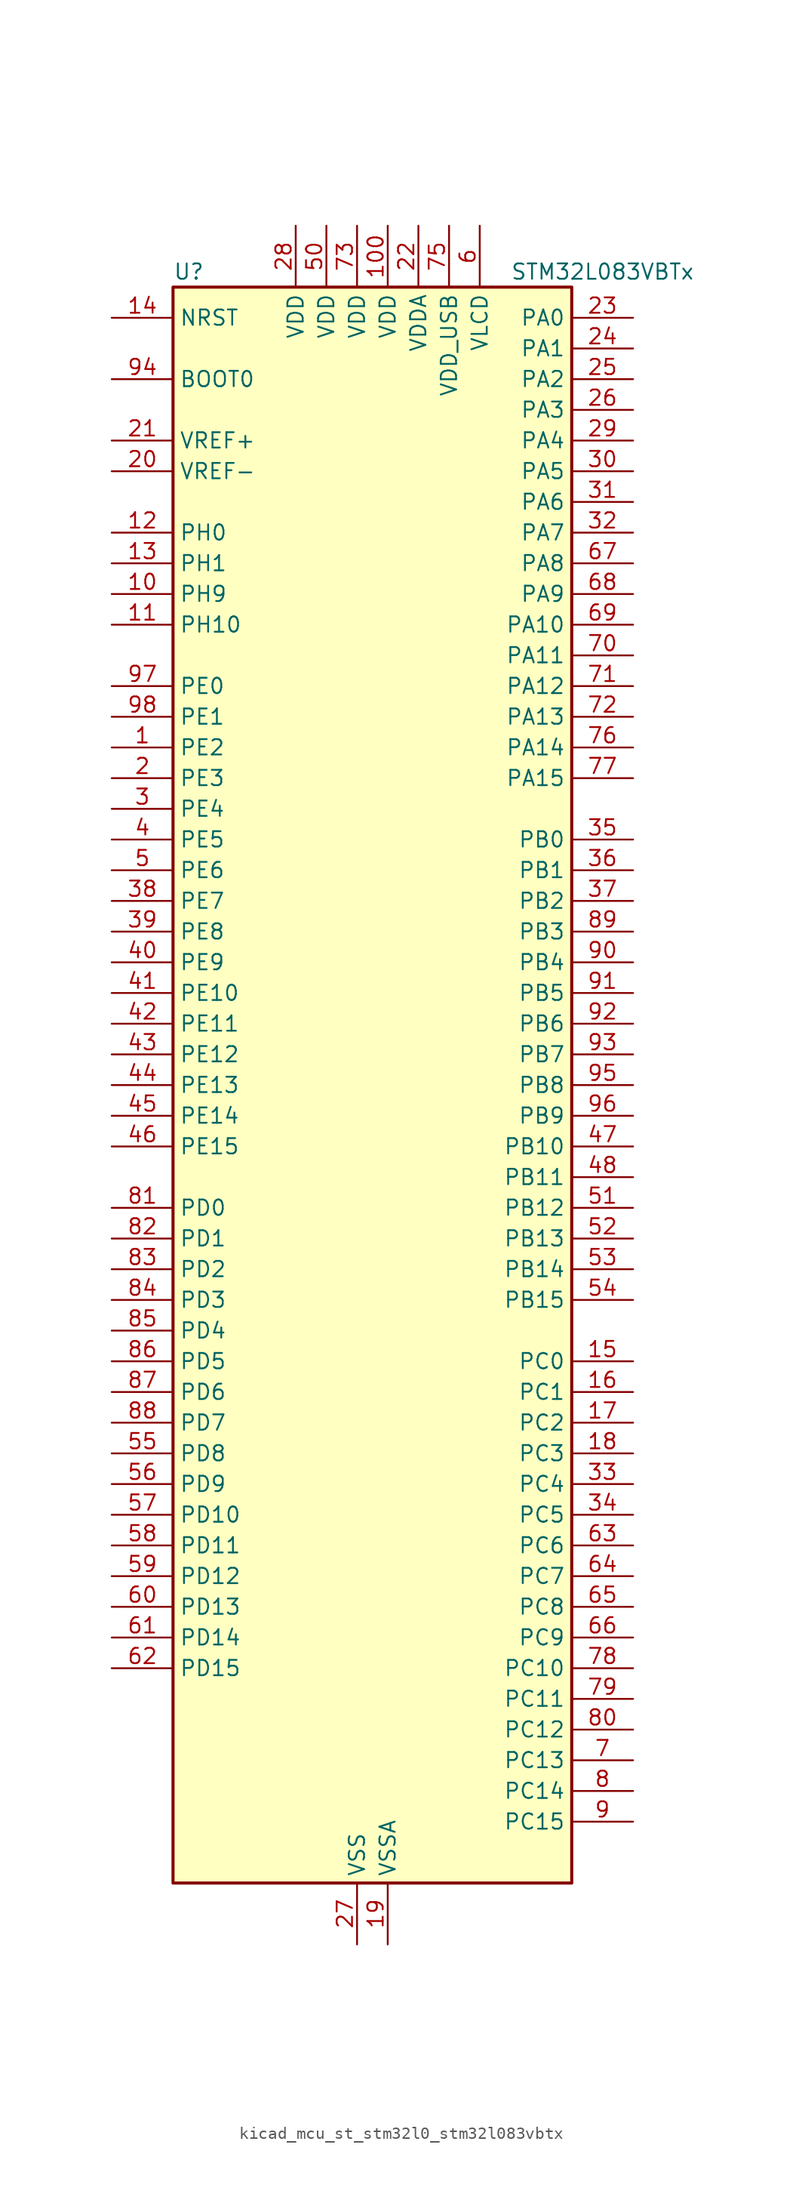
<source format=kicad_sym>
(kicad_symbol_lib
  (version 20220914)
  (generator kicad_symbol_editor)
  (symbol "kicad_mcu_st_stm32l0_stm32l083vbtx"
    (property "Reference" "U"
      (at -15.24 67.31 0)
      (effects (font (size 1.27 1.27)) (justify left)))
    (property "Value" "STM32L083VBTx"
      (at 12.7 67.31 0)
      (effects (font (size 1.27 1.27)) (justify left)))
    (property "ki_locked" ""
      (at 0 0 0)
      (effects (font (size 1.27 1.27))))
    (symbol "kicad_mcu_st_stm32l0_stm32l083vbtx_0_1"
      (rectangle (start -15.24 -66.04) (end 17.78 66.04) (stroke (width 0.254) (type default)) (fill (type background))))
    (symbol "kicad_mcu_st_stm32l0_stm32l083vbtx_1_1"
      (pin bidirectional line (at -20.32 27.94 0) (length 5.08) (name "PE2" (effects (font (size 1.27 1.27)))) (number "1" (effects (font (size 1.27 1.27)))) (alternate "LCD_SEG38" bidirectional line) (alternate "TIM3_ETR" bidirectional line))
      (pin bidirectional line (at -20.32 40.64 0) (length 5.08) (name "PH9" (effects (font (size 1.27 1.27)))) (number "10" (effects (font (size 1.27 1.27)))) (alternate "DAC_EXTI9" bidirectional line))
      (pin power_in line (at 2.54 71.12 270) (length 5.08) (name "VDD" (effects (font (size 1.27 1.27)))) (number "100" (effects (font (size 1.27 1.27)))))
      (pin bidirectional line (at -20.32 38.1 0) (length 5.08) (name "PH10" (effects (font (size 1.27 1.27)))) (number "11" (effects (font (size 1.27 1.27)))))
      (pin bidirectional line (at -20.32 45.72 0) (length 5.08) (name "PH0" (effects (font (size 1.27 1.27)))) (number "12" (effects (font (size 1.27 1.27)))) (alternate "CRS_SYNC" bidirectional line) (alternate "RCC_OSC_IN" bidirectional line))
      (pin bidirectional line (at -20.32 43.18 0) (length 5.08) (name "PH1" (effects (font (size 1.27 1.27)))) (number "13" (effects (font (size 1.27 1.27)))) (alternate "RCC_OSC_OUT" bidirectional line))
      (pin input line (at -20.32 63.5 0) (length 5.08) (name "NRST" (effects (font (size 1.27 1.27)))) (number "14" (effects (font (size 1.27 1.27)))))
      (pin bidirectional line (at 22.86 -22.86 180) (length 5.08) (name "PC0" (effects (font (size 1.27 1.27)))) (number "15" (effects (font (size 1.27 1.27)))) (alternate "ADC_IN10" bidirectional line) (alternate "I2C3_SCL" bidirectional line) (alternate "LCD_SEG18" bidirectional line) (alternate "LPTIM1_IN1" bidirectional line) (alternate "LPUART1_RX" bidirectional line) (alternate "TSC_G7_IO1" bidirectional line))
      (pin bidirectional line (at 22.86 -25.4 180) (length 5.08) (name "PC1" (effects (font (size 1.27 1.27)))) (number "16" (effects (font (size 1.27 1.27)))) (alternate "ADC_IN11" bidirectional line) (alternate "I2C3_SDA" bidirectional line) (alternate "LCD_SEG19" bidirectional line) (alternate "LPTIM1_OUT" bidirectional line) (alternate "LPUART1_TX" bidirectional line) (alternate "TSC_G7_IO2" bidirectional line))
      (pin bidirectional line (at 22.86 -27.94 180) (length 5.08) (name "PC2" (effects (font (size 1.27 1.27)))) (number "17" (effects (font (size 1.27 1.27)))) (alternate "ADC_IN12" bidirectional line) (alternate "I2S2_MCK" bidirectional line) (alternate "LCD_SEG20" bidirectional line) (alternate "LPTIM1_IN2" bidirectional line) (alternate "SPI2_MISO" bidirectional line) (alternate "TSC_G7_IO3" bidirectional line))
      (pin bidirectional line (at 22.86 -30.48 180) (length 5.08) (name "PC3" (effects (font (size 1.27 1.27)))) (number "18" (effects (font (size 1.27 1.27)))) (alternate "ADC_IN13" bidirectional line) (alternate "I2S2_SD" bidirectional line) (alternate "LCD_SEG21" bidirectional line) (alternate "LPTIM1_ETR" bidirectional line) (alternate "SPI2_MOSI" bidirectional line) (alternate "TSC_G7_IO4" bidirectional line))
      (pin power_in line (at 2.54 -71.12 90) (length 5.08) (name "VSSA" (effects (font (size 1.27 1.27)))) (number "19" (effects (font (size 1.27 1.27)))))
      (pin bidirectional line (at -20.32 25.4 0) (length 5.08) (name "PE3" (effects (font (size 1.27 1.27)))) (number "2" (effects (font (size 1.27 1.27)))) (alternate "LCD_SEG39" bidirectional line) (alternate "TIM22_CH1" bidirectional line) (alternate "TIM3_CH1" bidirectional line))
      (pin input line (at -20.32 50.8 0) (length 5.08) (name "VREF-" (effects (font (size 1.27 1.27)))) (number "20" (effects (font (size 1.27 1.27)))))
      (pin input line (at -20.32 53.34 0) (length 5.08) (name "VREF+" (effects (font (size 1.27 1.27)))) (number "21" (effects (font (size 1.27 1.27)))))
      (pin power_in line (at 5.08 71.12 270) (length 5.08) (name "VDDA" (effects (font (size 1.27 1.27)))) (number "22" (effects (font (size 1.27 1.27)))))
      (pin bidirectional line (at 22.86 63.5 180) (length 5.08) (name "PA0" (effects (font (size 1.27 1.27)))) (number "23" (effects (font (size 1.27 1.27)))) (alternate "ADC_IN0" bidirectional line) (alternate "COMP1_INM" bidirectional line) (alternate "COMP1_OUT" bidirectional line) (alternate "RTC_TAMP2" bidirectional line) (alternate "SYS_WKUP1" bidirectional line) (alternate "TIM2_CH1" bidirectional line) (alternate "TIM2_ETR" bidirectional line) (alternate "TSC_G1_IO1" bidirectional line) (alternate "USART2_CTS" bidirectional line) (alternate "USART4_TX" bidirectional line))
      (pin bidirectional line (at 22.86 60.96 180) (length 5.08) (name "PA1" (effects (font (size 1.27 1.27)))) (number "24" (effects (font (size 1.27 1.27)))) (alternate "ADC_IN1" bidirectional line) (alternate "COMP1_INP" bidirectional line) (alternate "LCD_SEG0" bidirectional line) (alternate "TIM21_ETR" bidirectional line) (alternate "TIM2_CH2" bidirectional line) (alternate "TSC_G1_IO2" bidirectional line) (alternate "USART2_DE" bidirectional line) (alternate "USART2_RTS" bidirectional line) (alternate "USART4_RX" bidirectional line))
      (pin bidirectional line (at 22.86 58.42 180) (length 5.08) (name "PA2" (effects (font (size 1.27 1.27)))) (number "25" (effects (font (size 1.27 1.27)))) (alternate "ADC_IN2" bidirectional line) (alternate "COMP2_INM" bidirectional line) (alternate "COMP2_OUT" bidirectional line) (alternate "LCD_SEG1" bidirectional line) (alternate "LPUART1_TX" bidirectional line) (alternate "TIM21_CH1" bidirectional line) (alternate "TIM2_CH3" bidirectional line) (alternate "TSC_G1_IO3" bidirectional line) (alternate "USART2_TX" bidirectional line))
      (pin bidirectional line (at 22.86 55.88 180) (length 5.08) (name "PA3" (effects (font (size 1.27 1.27)))) (number "26" (effects (font (size 1.27 1.27)))) (alternate "ADC_IN3" bidirectional line) (alternate "COMP2_INP" bidirectional line) (alternate "LCD_SEG2" bidirectional line) (alternate "LPUART1_RX" bidirectional line) (alternate "TIM21_CH2" bidirectional line) (alternate "TIM2_CH4" bidirectional line) (alternate "TSC_G1_IO4" bidirectional line) (alternate "USART2_RX" bidirectional line))
      (pin power_in line (at 0 -71.12 90) (length 5.08) (name "VSS" (effects (font (size 1.27 1.27)))) (number "27" (effects (font (size 1.27 1.27)))))
      (pin power_in line (at -5.08 71.12 270) (length 5.08) (name "VDD" (effects (font (size 1.27 1.27)))) (number "28" (effects (font (size 1.27 1.27)))))
      (pin bidirectional line (at 22.86 53.34 180) (length 5.08) (name "PA4" (effects (font (size 1.27 1.27)))) (number "29" (effects (font (size 1.27 1.27)))) (alternate "ADC_IN4" bidirectional line) (alternate "COMP1_INM" bidirectional line) (alternate "COMP2_INM" bidirectional line) (alternate "DAC_OUT1" bidirectional line) (alternate "SPI1_NSS" bidirectional line) (alternate "TIM22_ETR" bidirectional line) (alternate "TSC_G2_IO1" bidirectional line) (alternate "USART2_CK" bidirectional line))
      (pin bidirectional line (at -20.32 22.86 0) (length 5.08) (name "PE4" (effects (font (size 1.27 1.27)))) (number "3" (effects (font (size 1.27 1.27)))) (alternate "TIM22_CH2" bidirectional line) (alternate "TIM3_CH2" bidirectional line))
      (pin bidirectional line (at 22.86 50.8 180) (length 5.08) (name "PA5" (effects (font (size 1.27 1.27)))) (number "30" (effects (font (size 1.27 1.27)))) (alternate "ADC_IN5" bidirectional line) (alternate "COMP1_INM" bidirectional line) (alternate "COMP2_INM" bidirectional line) (alternate "DAC_OUT2" bidirectional line) (alternate "SPI1_SCK" bidirectional line) (alternate "TIM2_CH1" bidirectional line) (alternate "TIM2_ETR" bidirectional line) (alternate "TSC_G2_IO2" bidirectional line))
      (pin bidirectional line (at 22.86 48.26 180) (length 5.08) (name "PA6" (effects (font (size 1.27 1.27)))) (number "31" (effects (font (size 1.27 1.27)))) (alternate "ADC_IN6" bidirectional line) (alternate "COMP1_OUT" bidirectional line) (alternate "LCD_SEG3" bidirectional line) (alternate "LPUART1_CTS" bidirectional line) (alternate "SPI1_MISO" bidirectional line) (alternate "TIM22_CH1" bidirectional line) (alternate "TIM3_CH1" bidirectional line) (alternate "TSC_G2_IO3" bidirectional line))
      (pin bidirectional line (at 22.86 45.72 180) (length 5.08) (name "PA7" (effects (font (size 1.27 1.27)))) (number "32" (effects (font (size 1.27 1.27)))) (alternate "ADC_IN7" bidirectional line) (alternate "COMP2_OUT" bidirectional line) (alternate "LCD_SEG4" bidirectional line) (alternate "SPI1_MOSI" bidirectional line) (alternate "TIM22_CH2" bidirectional line) (alternate "TIM3_CH2" bidirectional line) (alternate "TSC_G2_IO4" bidirectional line))
      (pin bidirectional line (at 22.86 -33.02 180) (length 5.08) (name "PC4" (effects (font (size 1.27 1.27)))) (number "33" (effects (font (size 1.27 1.27)))) (alternate "ADC_IN14" bidirectional line) (alternate "LCD_SEG22" bidirectional line) (alternate "LPUART1_TX" bidirectional line))
      (pin bidirectional line (at 22.86 -35.56 180) (length 5.08) (name "PC5" (effects (font (size 1.27 1.27)))) (number "34" (effects (font (size 1.27 1.27)))) (alternate "ADC_IN15" bidirectional line) (alternate "LCD_SEG23" bidirectional line) (alternate "LPUART1_RX" bidirectional line) (alternate "TSC_G3_IO1" bidirectional line))
      (pin bidirectional line (at 22.86 20.32 180) (length 5.08) (name "PB0" (effects (font (size 1.27 1.27)))) (number "35" (effects (font (size 1.27 1.27)))) (alternate "ADC_IN8" bidirectional line) (alternate "LCD_SEG5" bidirectional line) (alternate "LCD_VLCD3" bidirectional line) (alternate "SYS_VREF_OUT_PB0" bidirectional line) (alternate "TIM3_CH3" bidirectional line) (alternate "TSC_G3_IO2" bidirectional line))
      (pin bidirectional line (at 22.86 17.78 180) (length 5.08) (name "PB1" (effects (font (size 1.27 1.27)))) (number "36" (effects (font (size 1.27 1.27)))) (alternate "ADC_IN9" bidirectional line) (alternate "LCD_SEG6" bidirectional line) (alternate "LPUART1_DE" bidirectional line) (alternate "LPUART1_RTS" bidirectional line) (alternate "SYS_VREF_OUT_PB1" bidirectional line) (alternate "TIM3_CH4" bidirectional line) (alternate "TSC_G3_IO3" bidirectional line))
      (pin bidirectional line (at 22.86 15.24 180) (length 5.08) (name "PB2" (effects (font (size 1.27 1.27)))) (number "37" (effects (font (size 1.27 1.27)))) (alternate "I2C3_SMBA" bidirectional line) (alternate "LCD_VLCD2" bidirectional line) (alternate "LPTIM1_OUT" bidirectional line) (alternate "TSC_G3_IO4" bidirectional line))
      (pin bidirectional line (at -20.32 15.24 0) (length 5.08) (name "PE7" (effects (font (size 1.27 1.27)))) (number "38" (effects (font (size 1.27 1.27)))) (alternate "LCD_SEG45" bidirectional line) (alternate "USART5_CK" bidirectional line) (alternate "USART5_DE" bidirectional line) (alternate "USART5_RTS" bidirectional line))
      (pin bidirectional line (at -20.32 12.7 0) (length 5.08) (name "PE8" (effects (font (size 1.27 1.27)))) (number "39" (effects (font (size 1.27 1.27)))) (alternate "LCD_SEG46" bidirectional line) (alternate "USART4_TX" bidirectional line))
      (pin bidirectional line (at -20.32 20.32 0) (length 5.08) (name "PE5" (effects (font (size 1.27 1.27)))) (number "4" (effects (font (size 1.27 1.27)))) (alternate "TIM21_CH1" bidirectional line) (alternate "TIM3_CH3" bidirectional line))
      (pin bidirectional line (at -20.32 10.16 0) (length 5.08) (name "PE9" (effects (font (size 1.27 1.27)))) (number "40" (effects (font (size 1.27 1.27)))) (alternate "DAC_EXTI9" bidirectional line) (alternate "LCD_SEG47" bidirectional line) (alternate "TIM2_CH1" bidirectional line) (alternate "TIM2_ETR" bidirectional line) (alternate "USART4_RX" bidirectional line))
      (pin bidirectional line (at -20.32 7.62 0) (length 5.08) (name "PE10" (effects (font (size 1.27 1.27)))) (number "41" (effects (font (size 1.27 1.27)))) (alternate "LCD_SEG40" bidirectional line) (alternate "TIM2_CH2" bidirectional line) (alternate "USART5_TX" bidirectional line))
      (pin bidirectional line (at -20.32 5.08 0) (length 5.08) (name "PE11" (effects (font (size 1.27 1.27)))) (number "42" (effects (font (size 1.27 1.27)))) (alternate "ADC_EXTI11" bidirectional line) (alternate "LCD_VLCD1" bidirectional line) (alternate "TIM2_CH3" bidirectional line) (alternate "USART5_RX" bidirectional line))
      (pin bidirectional line (at -20.32 2.54 0) (length 5.08) (name "PE12" (effects (font (size 1.27 1.27)))) (number "43" (effects (font (size 1.27 1.27)))) (alternate "LCD_VLCD3" bidirectional line) (alternate "SPI1_NSS" bidirectional line) (alternate "TIM2_CH4" bidirectional line))
      (pin bidirectional line (at -20.32 0 0) (length 5.08) (name "PE13" (effects (font (size 1.27 1.27)))) (number "44" (effects (font (size 1.27 1.27)))) (alternate "LCD_SEG41" bidirectional line) (alternate "SPI1_SCK" bidirectional line))
      (pin bidirectional line (at -20.32 -2.54 0) (length 5.08) (name "PE14" (effects (font (size 1.27 1.27)))) (number "45" (effects (font (size 1.27 1.27)))) (alternate "LCD_SEG42" bidirectional line) (alternate "SPI1_MISO" bidirectional line))
      (pin bidirectional line (at -20.32 -5.08 0) (length 5.08) (name "PE15" (effects (font (size 1.27 1.27)))) (number "46" (effects (font (size 1.27 1.27)))) (alternate "LCD_SEG43" bidirectional line) (alternate "SPI1_MOSI" bidirectional line))
      (pin bidirectional line (at 22.86 -5.08 180) (length 5.08) (name "PB10" (effects (font (size 1.27 1.27)))) (number "47" (effects (font (size 1.27 1.27)))) (alternate "I2C2_SCL" bidirectional line) (alternate "LCD_SEG10" bidirectional line) (alternate "LPUART1_RX" bidirectional line) (alternate "LPUART1_TX" bidirectional line) (alternate "SPI2_SCK" bidirectional line) (alternate "TIM2_CH3" bidirectional line) (alternate "TSC_SYNC" bidirectional line))
      (pin bidirectional line (at 22.86 -7.62 180) (length 5.08) (name "PB11" (effects (font (size 1.27 1.27)))) (number "48" (effects (font (size 1.27 1.27)))) (alternate "ADC_EXTI11" bidirectional line) (alternate "I2C2_SDA" bidirectional line) (alternate "LCD_SEG11" bidirectional line) (alternate "LPUART1_RX" bidirectional line) (alternate "LPUART1_TX" bidirectional line) (alternate "TIM2_CH4" bidirectional line) (alternate "TSC_G6_IO1" bidirectional line))
      (pin passive line (at 0 -71.12 90) (length 5.08) hide (name "VSS" (effects (font (size 1.27 1.27)))) (number "49" (effects (font (size 1.27 1.27)))))
      (pin bidirectional line (at -20.32 17.78 0) (length 5.08) (name "PE6" (effects (font (size 1.27 1.27)))) (number "5" (effects (font (size 1.27 1.27)))) (alternate "RTC_TAMP3" bidirectional line) (alternate "SYS_WKUP3" bidirectional line) (alternate "TIM21_CH2" bidirectional line) (alternate "TIM3_CH4" bidirectional line))
      (pin power_in line (at -2.54 71.12 270) (length 5.08) (name "VDD" (effects (font (size 1.27 1.27)))) (number "50" (effects (font (size 1.27 1.27)))))
      (pin bidirectional line (at 22.86 -10.16 180) (length 5.08) (name "PB12" (effects (font (size 1.27 1.27)))) (number "51" (effects (font (size 1.27 1.27)))) (alternate "I2S2_WS" bidirectional line) (alternate "LCD_SEG12" bidirectional line) (alternate "LCD_VLCD2" bidirectional line) (alternate "LPUART1_DE" bidirectional line) (alternate "LPUART1_RTS" bidirectional line) (alternate "SPI2_NSS" bidirectional line) (alternate "TSC_G6_IO2" bidirectional line))
      (pin bidirectional line (at 22.86 -12.7 180) (length 5.08) (name "PB13" (effects (font (size 1.27 1.27)))) (number "52" (effects (font (size 1.27 1.27)))) (alternate "I2C2_SCL" bidirectional line) (alternate "I2S2_CK" bidirectional line) (alternate "LCD_SEG13" bidirectional line) (alternate "LPUART1_CTS" bidirectional line) (alternate "RCC_MCO" bidirectional line) (alternate "SPI2_SCK" bidirectional line) (alternate "TIM21_CH1" bidirectional line) (alternate "TSC_G6_IO3" bidirectional line))
      (pin bidirectional line (at 22.86 -15.24 180) (length 5.08) (name "PB14" (effects (font (size 1.27 1.27)))) (number "53" (effects (font (size 1.27 1.27)))) (alternate "I2C2_SDA" bidirectional line) (alternate "I2S2_MCK" bidirectional line) (alternate "LCD_SEG14" bidirectional line) (alternate "LPUART1_DE" bidirectional line) (alternate "LPUART1_RTS" bidirectional line) (alternate "RTC_OUT_ALARM" bidirectional line) (alternate "RTC_OUT_CALIB" bidirectional line) (alternate "SPI2_MISO" bidirectional line) (alternate "TIM21_CH2" bidirectional line) (alternate "TSC_G6_IO4" bidirectional line))
      (pin bidirectional line (at 22.86 -17.78 180) (length 5.08) (name "PB15" (effects (font (size 1.27 1.27)))) (number "54" (effects (font (size 1.27 1.27)))) (alternate "I2S2_SD" bidirectional line) (alternate "LCD_SEG15" bidirectional line) (alternate "RTC_REFIN" bidirectional line) (alternate "SPI2_MOSI" bidirectional line))
      (pin bidirectional line (at -20.32 -30.48 0) (length 5.08) (name "PD8" (effects (font (size 1.27 1.27)))) (number "55" (effects (font (size 1.27 1.27)))) (alternate "LCD_SEG28" bidirectional line) (alternate "LPUART1_TX" bidirectional line))
      (pin bidirectional line (at -20.32 -33.02 0) (length 5.08) (name "PD9" (effects (font (size 1.27 1.27)))) (number "56" (effects (font (size 1.27 1.27)))) (alternate "DAC_EXTI9" bidirectional line) (alternate "LCD_SEG29" bidirectional line) (alternate "LPUART1_RX" bidirectional line))
      (pin bidirectional line (at -20.32 -35.56 0) (length 5.08) (name "PD10" (effects (font (size 1.27 1.27)))) (number "57" (effects (font (size 1.27 1.27)))) (alternate "LCD_SEG30" bidirectional line))
      (pin bidirectional line (at -20.32 -38.1 0) (length 5.08) (name "PD11" (effects (font (size 1.27 1.27)))) (number "58" (effects (font (size 1.27 1.27)))) (alternate "ADC_EXTI11" bidirectional line) (alternate "LCD_SEG31" bidirectional line) (alternate "LPUART1_CTS" bidirectional line))
      (pin bidirectional line (at -20.32 -40.64 0) (length 5.08) (name "PD12" (effects (font (size 1.27 1.27)))) (number "59" (effects (font (size 1.27 1.27)))) (alternate "LCD_SEG32" bidirectional line) (alternate "LPUART1_DE" bidirectional line) (alternate "LPUART1_RTS" bidirectional line))
      (pin power_in line (at 10.16 71.12 270) (length 5.08) (name "VLCD" (effects (font (size 1.27 1.27)))) (number "6" (effects (font (size 1.27 1.27)))))
      (pin bidirectional line (at -20.32 -43.18 0) (length 5.08) (name "PD13" (effects (font (size 1.27 1.27)))) (number "60" (effects (font (size 1.27 1.27)))) (alternate "LCD_SEG33" bidirectional line))
      (pin bidirectional line (at -20.32 -45.72 0) (length 5.08) (name "PD14" (effects (font (size 1.27 1.27)))) (number "61" (effects (font (size 1.27 1.27)))) (alternate "LCD_SEG34" bidirectional line))
      (pin bidirectional line (at -20.32 -48.26 0) (length 5.08) (name "PD15" (effects (font (size 1.27 1.27)))) (number "62" (effects (font (size 1.27 1.27)))) (alternate "CRS_SYNC" bidirectional line) (alternate "LCD_SEG35" bidirectional line))
      (pin bidirectional line (at 22.86 -38.1 180) (length 5.08) (name "PC6" (effects (font (size 1.27 1.27)))) (number "63" (effects (font (size 1.27 1.27)))) (alternate "LCD_SEG24" bidirectional line) (alternate "TIM22_CH1" bidirectional line) (alternate "TIM3_CH1" bidirectional line) (alternate "TSC_G8_IO1" bidirectional line))
      (pin bidirectional line (at 22.86 -40.64 180) (length 5.08) (name "PC7" (effects (font (size 1.27 1.27)))) (number "64" (effects (font (size 1.27 1.27)))) (alternate "LCD_SEG25" bidirectional line) (alternate "TIM22_CH2" bidirectional line) (alternate "TIM3_CH2" bidirectional line) (alternate "TSC_G8_IO2" bidirectional line))
      (pin bidirectional line (at 22.86 -43.18 180) (length 5.08) (name "PC8" (effects (font (size 1.27 1.27)))) (number "65" (effects (font (size 1.27 1.27)))) (alternate "LCD_SEG26" bidirectional line) (alternate "TIM22_ETR" bidirectional line) (alternate "TIM3_CH3" bidirectional line) (alternate "TSC_G8_IO3" bidirectional line))
      (pin bidirectional line (at 22.86 -45.72 180) (length 5.08) (name "PC9" (effects (font (size 1.27 1.27)))) (number "66" (effects (font (size 1.27 1.27)))) (alternate "DAC_EXTI9" bidirectional line) (alternate "I2C3_SDA" bidirectional line) (alternate "LCD_SEG27" bidirectional line) (alternate "TIM21_ETR" bidirectional line) (alternate "TIM3_CH4" bidirectional line) (alternate "TSC_G8_IO4" bidirectional line) (alternate "USB_NOE" bidirectional line))
      (pin bidirectional line (at 22.86 43.18 180) (length 5.08) (name "PA8" (effects (font (size 1.27 1.27)))) (number "67" (effects (font (size 1.27 1.27)))) (alternate "CRS_SYNC" bidirectional line) (alternate "I2C3_SCL" bidirectional line) (alternate "LCD_COM0" bidirectional line) (alternate "RCC_MCO" bidirectional line) (alternate "USART1_CK" bidirectional line))
      (pin bidirectional line (at 22.86 40.64 180) (length 5.08) (name "PA9" (effects (font (size 1.27 1.27)))) (number "68" (effects (font (size 1.27 1.27)))) (alternate "DAC_EXTI9" bidirectional line) (alternate "I2C1_SCL" bidirectional line) (alternate "I2C3_SMBA" bidirectional line) (alternate "LCD_COM1" bidirectional line) (alternate "RCC_MCO" bidirectional line) (alternate "TSC_G4_IO1" bidirectional line) (alternate "USART1_TX" bidirectional line))
      (pin bidirectional line (at 22.86 38.1 180) (length 5.08) (name "PA10" (effects (font (size 1.27 1.27)))) (number "69" (effects (font (size 1.27 1.27)))) (alternate "I2C1_SDA" bidirectional line) (alternate "LCD_COM2" bidirectional line) (alternate "TSC_G4_IO2" bidirectional line) (alternate "USART1_RX" bidirectional line))
      (pin bidirectional line (at 22.86 -55.88 180) (length 5.08) (name "PC13" (effects (font (size 1.27 1.27)))) (number "7" (effects (font (size 1.27 1.27)))) (alternate "RTC_OUT_ALARM" bidirectional line) (alternate "RTC_OUT_CALIB" bidirectional line) (alternate "RTC_TAMP1" bidirectional line) (alternate "RTC_TS" bidirectional line) (alternate "SYS_WKUP2" bidirectional line))
      (pin bidirectional line (at 22.86 35.56 180) (length 5.08) (name "PA11" (effects (font (size 1.27 1.27)))) (number "70" (effects (font (size 1.27 1.27)))) (alternate "ADC_EXTI11" bidirectional line) (alternate "COMP1_OUT" bidirectional line) (alternate "SPI1_MISO" bidirectional line) (alternate "TSC_G4_IO3" bidirectional line) (alternate "USART1_CTS" bidirectional line) (alternate "USB_DM" bidirectional line))
      (pin bidirectional line (at 22.86 33.02 180) (length 5.08) (name "PA12" (effects (font (size 1.27 1.27)))) (number "71" (effects (font (size 1.27 1.27)))) (alternate "COMP2_OUT" bidirectional line) (alternate "SPI1_MOSI" bidirectional line) (alternate "TSC_G4_IO4" bidirectional line) (alternate "USART1_DE" bidirectional line) (alternate "USART1_RTS" bidirectional line) (alternate "USB_DP" bidirectional line))
      (pin bidirectional line (at 22.86 30.48 180) (length 5.08) (name "PA13" (effects (font (size 1.27 1.27)))) (number "72" (effects (font (size 1.27 1.27)))) (alternate "LPUART1_RX" bidirectional line) (alternate "SYS_SWDIO" bidirectional line) (alternate "USB_NOE" bidirectional line))
      (pin power_in line (at 0 71.12 270) (length 5.08) (name "VDD" (effects (font (size 1.27 1.27)))) (number "73" (effects (font (size 1.27 1.27)))))
      (pin passive line (at 0 -71.12 90) (length 5.08) hide (name "VSS" (effects (font (size 1.27 1.27)))) (number "74" (effects (font (size 1.27 1.27)))))
      (pin power_in line (at 7.62 71.12 270) (length 5.08) (name "VDD_USB" (effects (font (size 1.27 1.27)))) (number "75" (effects (font (size 1.27 1.27)))))
      (pin bidirectional line (at 22.86 27.94 180) (length 5.08) (name "PA14" (effects (font (size 1.27 1.27)))) (number "76" (effects (font (size 1.27 1.27)))) (alternate "LPUART1_TX" bidirectional line) (alternate "SYS_SWCLK" bidirectional line) (alternate "USART2_TX" bidirectional line))
      (pin bidirectional line (at 22.86 25.4 180) (length 5.08) (name "PA15" (effects (font (size 1.27 1.27)))) (number "77" (effects (font (size 1.27 1.27)))) (alternate "LCD_SEG17" bidirectional line) (alternate "SPI1_NSS" bidirectional line) (alternate "TIM2_CH1" bidirectional line) (alternate "TIM2_ETR" bidirectional line) (alternate "USART2_RX" bidirectional line) (alternate "USART4_DE" bidirectional line) (alternate "USART4_RTS" bidirectional line))
      (pin bidirectional line (at 22.86 -48.26 180) (length 5.08) (name "PC10" (effects (font (size 1.27 1.27)))) (number "78" (effects (font (size 1.27 1.27)))) (alternate "LCD_COM4" bidirectional line) (alternate "LCD_SEG28" bidirectional line) (alternate "LCD_SEG48" bidirectional line) (alternate "LPUART1_TX" bidirectional line) (alternate "USART4_TX" bidirectional line))
      (pin bidirectional line (at 22.86 -50.8 180) (length 5.08) (name "PC11" (effects (font (size 1.27 1.27)))) (number "79" (effects (font (size 1.27 1.27)))) (alternate "ADC_EXTI11" bidirectional line) (alternate "LCD_COM5" bidirectional line) (alternate "LCD_SEG29" bidirectional line) (alternate "LCD_SEG49" bidirectional line) (alternate "LPUART1_RX" bidirectional line) (alternate "USART4_RX" bidirectional line))
      (pin bidirectional line (at 22.86 -58.42 180) (length 5.08) (name "PC14" (effects (font (size 1.27 1.27)))) (number "8" (effects (font (size 1.27 1.27)))) (alternate "RCC_OSC32_IN" bidirectional line))
      (pin bidirectional line (at 22.86 -53.34 180) (length 5.08) (name "PC12" (effects (font (size 1.27 1.27)))) (number "80" (effects (font (size 1.27 1.27)))) (alternate "LCD_COM6" bidirectional line) (alternate "LCD_SEG30" bidirectional line) (alternate "LCD_SEG50" bidirectional line) (alternate "USART4_CK" bidirectional line) (alternate "USART5_TX" bidirectional line))
      (pin bidirectional line (at -20.32 -10.16 0) (length 5.08) (name "PD0" (effects (font (size 1.27 1.27)))) (number "81" (effects (font (size 1.27 1.27)))) (alternate "I2S2_WS" bidirectional line) (alternate "SPI2_NSS" bidirectional line) (alternate "TIM21_CH1" bidirectional line))
      (pin bidirectional line (at -20.32 -12.7 0) (length 5.08) (name "PD1" (effects (font (size 1.27 1.27)))) (number "82" (effects (font (size 1.27 1.27)))) (alternate "I2S2_CK" bidirectional line) (alternate "SPI2_SCK" bidirectional line))
      (pin bidirectional line (at -20.32 -15.24 0) (length 5.08) (name "PD2" (effects (font (size 1.27 1.27)))) (number "83" (effects (font (size 1.27 1.27)))) (alternate "LCD_COM7" bidirectional line) (alternate "LCD_SEG31" bidirectional line) (alternate "LCD_SEG51" bidirectional line) (alternate "LPUART1_DE" bidirectional line) (alternate "LPUART1_RTS" bidirectional line) (alternate "TIM3_ETR" bidirectional line) (alternate "USART5_RX" bidirectional line))
      (pin bidirectional line (at -20.32 -17.78 0) (length 5.08) (name "PD3" (effects (font (size 1.27 1.27)))) (number "84" (effects (font (size 1.27 1.27)))) (alternate "I2S2_MCK" bidirectional line) (alternate "LCD_SEG44" bidirectional line) (alternate "SPI2_MISO" bidirectional line) (alternate "USART2_CTS" bidirectional line))
      (pin bidirectional line (at -20.32 -20.32 0) (length 5.08) (name "PD4" (effects (font (size 1.27 1.27)))) (number "85" (effects (font (size 1.27 1.27)))) (alternate "I2S2_SD" bidirectional line) (alternate "SPI2_MOSI" bidirectional line) (alternate "USART2_DE" bidirectional line) (alternate "USART2_RTS" bidirectional line))
      (pin bidirectional line (at -20.32 -22.86 0) (length 5.08) (name "PD5" (effects (font (size 1.27 1.27)))) (number "86" (effects (font (size 1.27 1.27)))) (alternate "USART2_TX" bidirectional line))
      (pin bidirectional line (at -20.32 -25.4 0) (length 5.08) (name "PD6" (effects (font (size 1.27 1.27)))) (number "87" (effects (font (size 1.27 1.27)))) (alternate "USART2_RX" bidirectional line))
      (pin bidirectional line (at -20.32 -27.94 0) (length 5.08) (name "PD7" (effects (font (size 1.27 1.27)))) (number "88" (effects (font (size 1.27 1.27)))) (alternate "TIM21_CH2" bidirectional line) (alternate "USART2_CK" bidirectional line))
      (pin bidirectional line (at 22.86 12.7 180) (length 5.08) (name "PB3" (effects (font (size 1.27 1.27)))) (number "89" (effects (font (size 1.27 1.27)))) (alternate "COMP2_INM" bidirectional line) (alternate "LCD_SEG7" bidirectional line) (alternate "SPI1_SCK" bidirectional line) (alternate "TIM2_CH2" bidirectional line) (alternate "TSC_G5_IO1" bidirectional line) (alternate "USART1_DE" bidirectional line) (alternate "USART1_RTS" bidirectional line) (alternate "USART5_TX" bidirectional line))
      (pin bidirectional line (at 22.86 -60.96 180) (length 5.08) (name "PC15" (effects (font (size 1.27 1.27)))) (number "9" (effects (font (size 1.27 1.27)))) (alternate "RCC_OSC32_OUT" bidirectional line))
      (pin bidirectional line (at 22.86 10.16 180) (length 5.08) (name "PB4" (effects (font (size 1.27 1.27)))) (number "90" (effects (font (size 1.27 1.27)))) (alternate "COMP2_INP" bidirectional line) (alternate "I2C3_SDA" bidirectional line) (alternate "LCD_SEG8" bidirectional line) (alternate "SPI1_MISO" bidirectional line) (alternate "TIM22_CH1" bidirectional line) (alternate "TIM3_CH1" bidirectional line) (alternate "TSC_G5_IO2" bidirectional line) (alternate "USART1_CTS" bidirectional line) (alternate "USART5_RX" bidirectional line))
      (pin bidirectional line (at 22.86 7.62 180) (length 5.08) (name "PB5" (effects (font (size 1.27 1.27)))) (number "91" (effects (font (size 1.27 1.27)))) (alternate "COMP2_INP" bidirectional line) (alternate "I2C1_SMBA" bidirectional line) (alternate "LCD_SEG9" bidirectional line) (alternate "LPTIM1_IN1" bidirectional line) (alternate "SPI1_MOSI" bidirectional line) (alternate "TIM22_CH2" bidirectional line) (alternate "TIM3_CH2" bidirectional line) (alternate "USART1_CK" bidirectional line) (alternate "USART5_CK" bidirectional line) (alternate "USART5_DE" bidirectional line) (alternate "USART5_RTS" bidirectional line))
      (pin bidirectional line (at 22.86 5.08 180) (length 5.08) (name "PB6" (effects (font (size 1.27 1.27)))) (number "92" (effects (font (size 1.27 1.27)))) (alternate "COMP2_INP" bidirectional line) (alternate "I2C1_SCL" bidirectional line) (alternate "LPTIM1_ETR" bidirectional line) (alternate "TSC_G5_IO3" bidirectional line) (alternate "USART1_TX" bidirectional line))
      (pin bidirectional line (at 22.86 2.54 180) (length 5.08) (name "PB7" (effects (font (size 1.27 1.27)))) (number "93" (effects (font (size 1.27 1.27)))) (alternate "COMP2_INP" bidirectional line) (alternate "I2C1_SDA" bidirectional line) (alternate "LPTIM1_IN2" bidirectional line) (alternate "SYS_PVD_IN" bidirectional line) (alternate "TSC_G5_IO4" bidirectional line) (alternate "USART1_RX" bidirectional line) (alternate "USART4_CTS" bidirectional line))
      (pin input line (at -20.32 58.42 0) (length 5.08) (name "BOOT0" (effects (font (size 1.27 1.27)))) (number "94" (effects (font (size 1.27 1.27)))))
      (pin bidirectional line (at 22.86 0 180) (length 5.08) (name "PB8" (effects (font (size 1.27 1.27)))) (number "95" (effects (font (size 1.27 1.27)))) (alternate "I2C1_SCL" bidirectional line) (alternate "LCD_SEG16" bidirectional line) (alternate "TSC_SYNC" bidirectional line))
      (pin bidirectional line (at 22.86 -2.54 180) (length 5.08) (name "PB9" (effects (font (size 1.27 1.27)))) (number "96" (effects (font (size 1.27 1.27)))) (alternate "DAC_EXTI9" bidirectional line) (alternate "I2C1_SDA" bidirectional line) (alternate "I2S2_WS" bidirectional line) (alternate "LCD_COM3" bidirectional line) (alternate "SPI2_NSS" bidirectional line))
      (pin bidirectional line (at -20.32 33.02 0) (length 5.08) (name "PE0" (effects (font (size 1.27 1.27)))) (number "97" (effects (font (size 1.27 1.27)))) (alternate "LCD_SEG36" bidirectional line))
      (pin bidirectional line (at -20.32 30.48 0) (length 5.08) (name "PE1" (effects (font (size 1.27 1.27)))) (number "98" (effects (font (size 1.27 1.27)))) (alternate "LCD_SEG37" bidirectional line))
      (pin passive line (at 0 -71.12 90) (length 5.08) hide (name "VSS" (effects (font (size 1.27 1.27)))) (number "99" (effects (font (size 1.27 1.27))))))))
</source>
